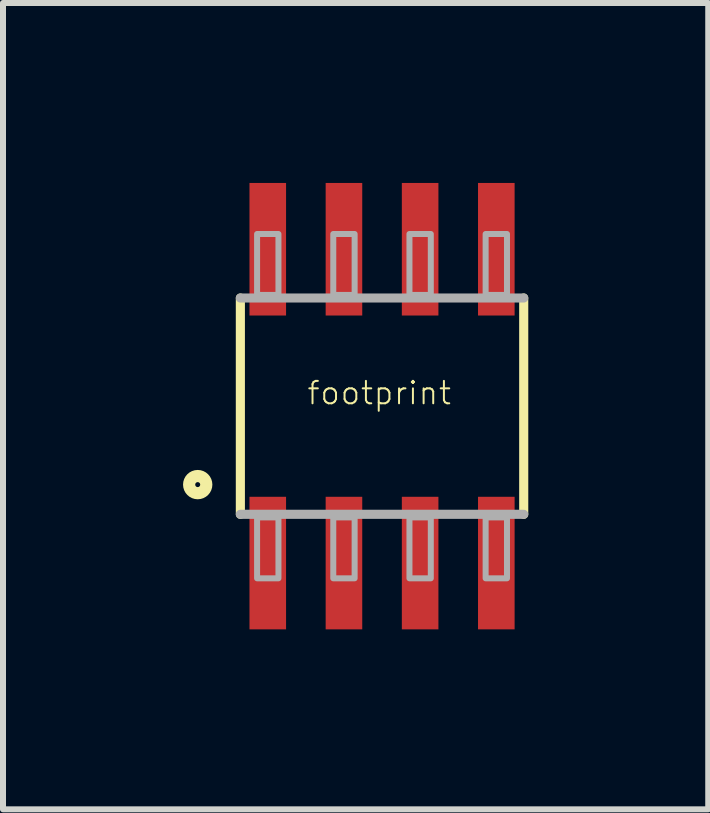
<source format=kicad_pcb>
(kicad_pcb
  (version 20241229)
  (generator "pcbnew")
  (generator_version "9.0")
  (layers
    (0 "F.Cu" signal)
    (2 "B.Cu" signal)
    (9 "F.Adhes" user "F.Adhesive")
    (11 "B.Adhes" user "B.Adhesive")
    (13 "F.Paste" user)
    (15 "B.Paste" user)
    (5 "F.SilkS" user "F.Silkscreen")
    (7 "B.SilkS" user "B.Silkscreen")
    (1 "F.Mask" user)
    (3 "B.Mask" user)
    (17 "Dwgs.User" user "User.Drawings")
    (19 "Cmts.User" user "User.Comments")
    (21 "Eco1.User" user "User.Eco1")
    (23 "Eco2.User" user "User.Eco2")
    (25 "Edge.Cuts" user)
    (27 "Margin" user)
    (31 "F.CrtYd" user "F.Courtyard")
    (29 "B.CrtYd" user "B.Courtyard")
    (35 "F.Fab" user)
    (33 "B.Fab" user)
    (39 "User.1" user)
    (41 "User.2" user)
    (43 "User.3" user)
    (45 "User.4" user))
  (footprint "footprint"
    (layer "F.Cu")
    (at 3.319 3.721)
    (property "Reference" "footprint" (at -1.27 0 0) (layer "F.SilkS") (effects (font (size 0.374 0.374) (thickness 0.033)) (justify left bottom)))
    (fp_line (start -2.362 -1.803) (end -2.362 1.803) (stroke (width 0.152) (type solid)) (layer "F.SilkS"))
    (fp_line (start 2.362 1.803) (end 2.362 -1.803) (stroke (width 0.152) (type solid)) (layer "F.SilkS"))
    (fp_circle (center -3.073 1.308) (end -2.93 1.308) (stroke (width 0.203) (type solid)) (fill no) (layer "F.SilkS"))
    (fp_line (start -2.362 1.803) (end 2.362 1.803) (stroke (width 0.152) (type solid)) (layer "F.Fab"))
    (fp_line (start 2.362 -1.803) (end -2.362 -1.803) (stroke (width 0.152) (type solid)) (layer "F.Fab"))
    (fp_poly (pts (xy -2.083 -1.854) (xy -1.727 -1.854) (xy -1.727 -2.87) (xy -2.083 -2.87)) (stroke (width 0.1) (type solid)) (fill no) (layer "F.Fab"))
    (fp_poly (pts (xy -2.083 2.87) (xy -1.727 2.87) (xy -1.727 1.854) (xy -2.083 1.854)) (stroke (width 0.1) (type solid)) (fill no) (layer "F.Fab"))
    (fp_poly (pts (xy -0.813 -1.854) (xy -0.457 -1.854) (xy -0.457 -2.87) (xy -0.813 -2.87)) (stroke (width 0.1) (type solid)) (fill no) (layer "F.Fab"))
    (fp_poly (pts (xy -0.813 2.87) (xy -0.457 2.87) (xy -0.457 1.854) (xy -0.813 1.854)) (stroke (width 0.1) (type solid)) (fill no) (layer "F.Fab"))
    (fp_poly (pts (xy 0.457 -1.854) (xy 0.813 -1.854) (xy 0.813 -2.87) (xy 0.457 -2.87)) (stroke (width 0.1) (type solid)) (fill no) (layer "F.Fab"))
    (fp_poly (pts (xy 0.457 2.87) (xy 0.813 2.87) (xy 0.813 1.854) (xy 0.457 1.854)) (stroke (width 0.1) (type solid)) (fill no) (layer "F.Fab"))
    (fp_poly (pts (xy 1.727 -1.854) (xy 2.083 -1.854) (xy 2.083 -2.87) (xy 1.727 -2.87)) (stroke (width 0.1) (type solid)) (fill no) (layer "F.Fab"))
    (fp_poly (pts (xy 1.727 2.87) (xy 2.083 2.87) (xy 2.083 1.854) (xy 1.727 1.854)) (stroke (width 0.1) (type solid)) (fill no) (layer "F.Fab"))
    (pad "1" smd rect (at -1.905 2.616) (size 0.61 2.21) (layers "F.Cu" "F.Mask" "F.Paste"))
    (pad "2" smd rect (at -0.635 2.616) (size 0.61 2.21) (layers "F.Cu" "F.Mask" "F.Paste"))
    (pad "3" smd rect (at 0.635 2.616) (size 0.61 2.21) (layers "F.Cu" "F.Mask" "F.Paste"))
    (pad "4" smd rect (at 1.905 2.616) (size 0.61 2.21) (layers "F.Cu" "F.Mask" "F.Paste"))
    (pad "5" smd rect (at 1.905 -2.616) (size 0.61 2.21) (layers "F.Cu" "F.Mask" "F.Paste"))
    (pad "6" smd rect (at 0.635 -2.616) (size 0.61 2.21) (layers "F.Cu" "F.Mask" "F.Paste"))
    (pad "7" smd rect (at -0.635 -2.616) (size 0.61 2.21) (layers "F.Cu" "F.Mask" "F.Paste"))
    (pad "8" smd rect (at -1.905 -2.616) (size 0.61 2.21) (layers "F.Cu" "F.Mask" "F.Paste")))
  (gr_rect
    (start -3 -3)
    (end 8.757 10.442)
    (stroke (width 0.1) (type default))
    (fill no)
    (layer "Edge.Cuts")))
</source>
